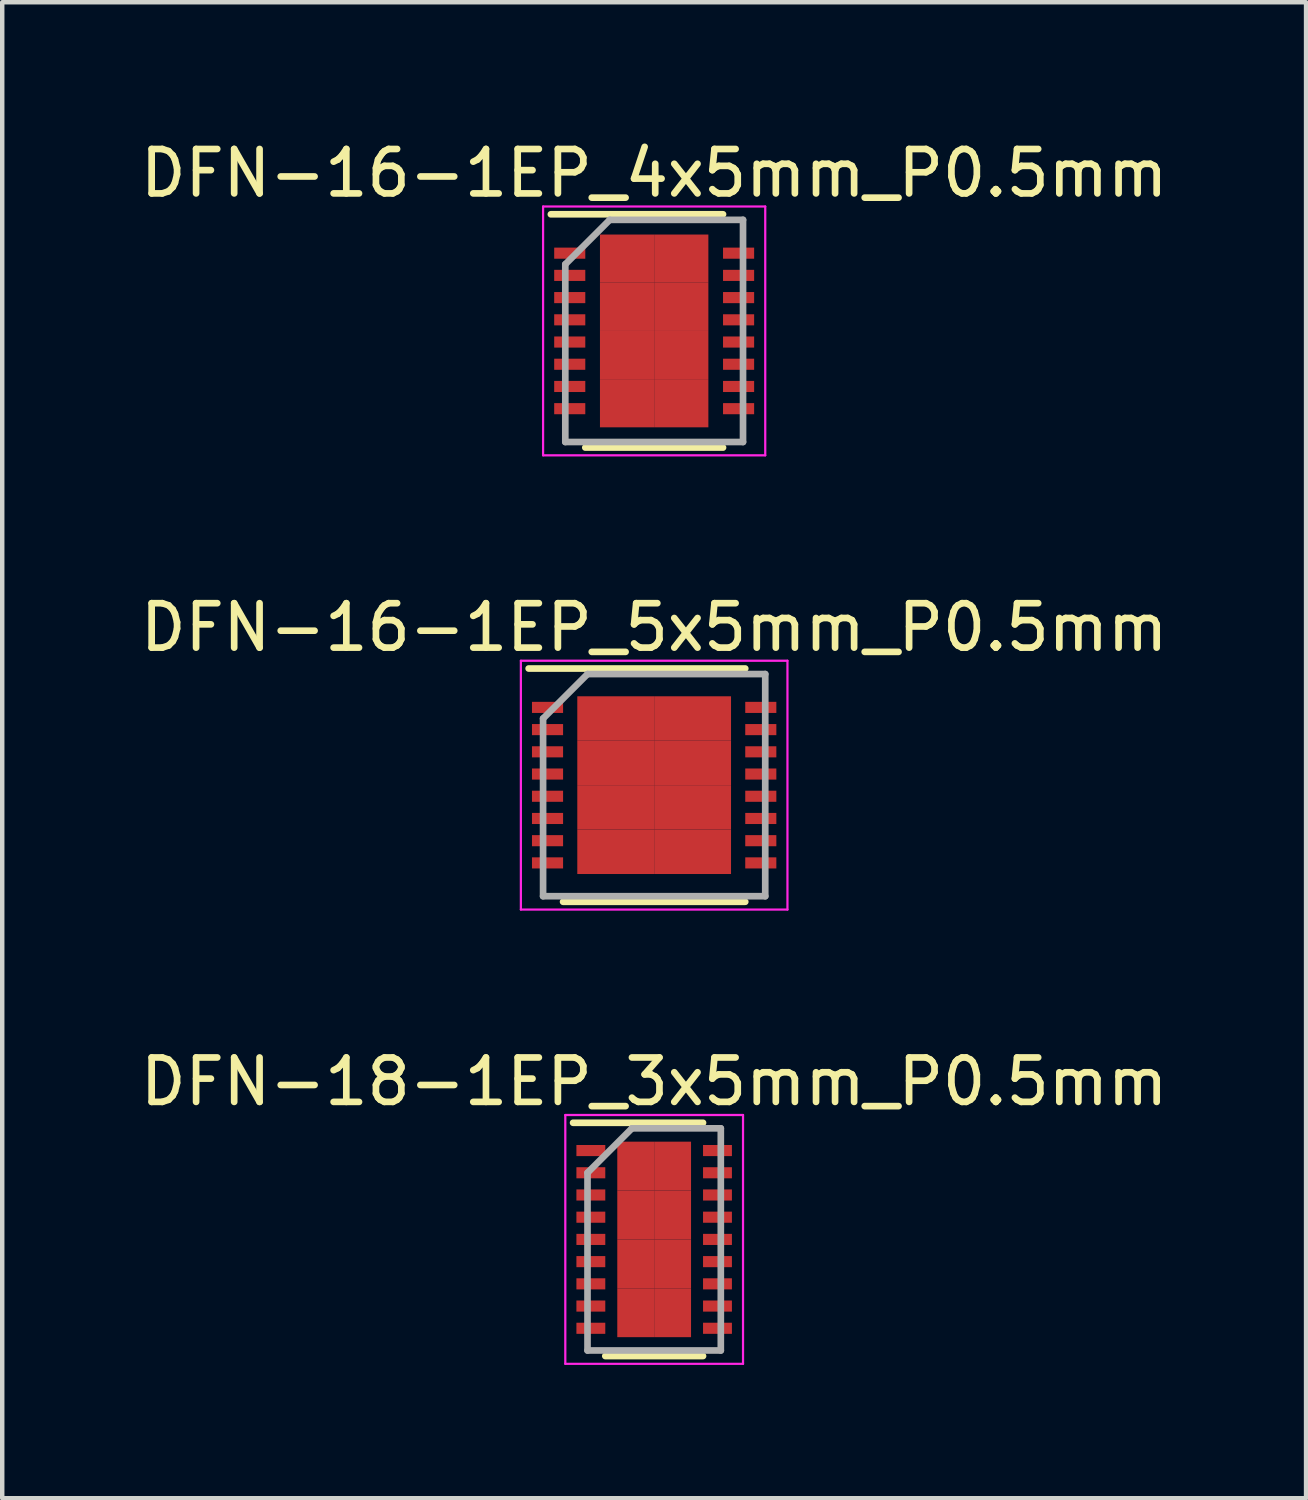
<source format=kicad_pcb>
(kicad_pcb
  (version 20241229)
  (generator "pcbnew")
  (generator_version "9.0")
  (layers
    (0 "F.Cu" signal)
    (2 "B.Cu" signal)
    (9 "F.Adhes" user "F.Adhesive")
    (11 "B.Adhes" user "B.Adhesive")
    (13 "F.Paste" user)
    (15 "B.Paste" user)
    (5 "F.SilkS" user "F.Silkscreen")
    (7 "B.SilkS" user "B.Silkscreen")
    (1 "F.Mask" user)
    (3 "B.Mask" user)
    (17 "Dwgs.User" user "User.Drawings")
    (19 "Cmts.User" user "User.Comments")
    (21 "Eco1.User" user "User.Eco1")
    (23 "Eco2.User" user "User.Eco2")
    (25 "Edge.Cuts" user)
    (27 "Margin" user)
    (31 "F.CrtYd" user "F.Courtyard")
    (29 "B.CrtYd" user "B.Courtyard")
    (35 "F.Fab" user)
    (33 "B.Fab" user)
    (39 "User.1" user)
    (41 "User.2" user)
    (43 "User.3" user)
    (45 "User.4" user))
  (footprint "DFN-16-1EP_4x5mm_P0.5mm"
    (layer "F.Cu")
    (at 11.673 4.398)
    (property "Reference" "DFN-16-1EP_4x5mm_P0.5mm" (at 0 -3.55 0) (layer "F.SilkS") (effects (font (size 1 1) (thickness 0.15))))
    (attr smd)
    (fp_line (start -2.325 -2.625) (end 1.55 -2.625) (stroke (width 0.15) (type solid)) (layer "F.SilkS"))
    (fp_line (start -1.55 2.625) (end 1.55 2.625) (stroke (width 0.15) (type solid)) (layer "F.SilkS"))
    (fp_line (start -2.5 -2.8) (end -2.5 2.8) (stroke (width 0.05) (type solid)) (layer "F.CrtYd"))
    (fp_line (start -2.5 -2.8) (end 2.5 -2.8) (stroke (width 0.05) (type solid)) (layer "F.CrtYd"))
    (fp_line (start -2.5 2.8) (end 2.5 2.8) (stroke (width 0.05) (type solid)) (layer "F.CrtYd"))
    (fp_line (start 2.5 -2.8) (end 2.5 2.8) (stroke (width 0.05) (type solid)) (layer "F.CrtYd"))
    (fp_line (start -2 -1.5) (end -1 -2.5) (stroke (width 0.15) (type solid)) (layer "F.Fab"))
    (fp_line (start -2 2.5) (end -2 -1.5) (stroke (width 0.15) (type solid)) (layer "F.Fab"))
    (fp_line (start -1 -2.5) (end 2 -2.5) (stroke (width 0.15) (type solid)) (layer "F.Fab"))
    (fp_line (start 2 -2.5) (end 2 2.5) (stroke (width 0.15) (type solid)) (layer "F.Fab"))
    (fp_line (start 2 2.5) (end -2 2.5) (stroke (width 0.15) (type solid)) (layer "F.Fab"))
    (pad "1" smd rect (at -1.9 -1.75) (size 0.7 0.25) (layers "F.Cu" "F.Mask" "F.Paste"))
    (pad "2" smd rect (at -1.9 -1.25) (size 0.7 0.25) (layers "F.Cu" "F.Mask" "F.Paste"))
    (pad "3" smd rect (at -1.9 -0.75) (size 0.7 0.25) (layers "F.Cu" "F.Mask" "F.Paste"))
    (pad "4" smd rect (at -1.9 -0.25) (size 0.7 0.25) (layers "F.Cu" "F.Mask" "F.Paste"))
    (pad "5" smd rect (at -1.9 0.25) (size 0.7 0.25) (layers "F.Cu" "F.Mask" "F.Paste"))
    (pad "6" smd rect (at -1.9 0.75) (size 0.7 0.25) (layers "F.Cu" "F.Mask" "F.Paste"))
    (pad "7" smd rect (at -1.9 1.25) (size 0.7 0.25) (layers "F.Cu" "F.Mask" "F.Paste"))
    (pad "8" smd rect (at -1.9 1.75) (size 0.7 0.25) (layers "F.Cu" "F.Mask" "F.Paste"))
    (pad "9" smd rect (at 1.9 1.75) (size 0.7 0.25) (layers "F.Cu" "F.Mask" "F.Paste"))
    (pad "10" smd rect (at 1.9 1.25) (size 0.7 0.25) (layers "F.Cu" "F.Mask" "F.Paste"))
    (pad "11" smd rect (at 1.9 0.75) (size 0.7 0.25) (layers "F.Cu" "F.Mask" "F.Paste"))
    (pad "12" smd rect (at 1.9 0.25) (size 0.7 0.25) (layers "F.Cu" "F.Mask" "F.Paste"))
    (pad "13" smd rect (at 1.9 -0.25) (size 0.7 0.25) (layers "F.Cu" "F.Mask" "F.Paste"))
    (pad "14" smd rect (at 1.9 -0.75) (size 0.7 0.25) (layers "F.Cu" "F.Mask" "F.Paste"))
    (pad "15" smd rect (at 1.9 -1.25) (size 0.7 0.25) (layers "F.Cu" "F.Mask" "F.Paste"))
    (pad "16" smd rect (at 1.9 -1.75) (size 0.7 0.25) (layers "F.Cu" "F.Mask" "F.Paste"))
    (pad "17" smd rect (at -0.61 -1.627) (size 1.22 1.085) (layers "F.Cu" "F.Mask" "F.Paste"))
    (pad "17" smd rect (at -0.61 -0.542) (size 1.22 1.085) (layers "F.Cu" "F.Mask" "F.Paste"))
    (pad "17" smd rect (at -0.61 0.542) (size 1.22 1.085) (layers "F.Cu" "F.Mask" "F.Paste"))
    (pad "17" smd rect (at -0.61 1.627) (size 1.22 1.085) (layers "F.Cu" "F.Mask" "F.Paste"))
    (pad "17" smd rect (at 0.61 -1.627) (size 1.22 1.085) (layers "F.Cu" "F.Mask" "F.Paste"))
    (pad "17" smd rect (at 0.61 -0.542) (size 1.22 1.085) (layers "F.Cu" "F.Mask" "F.Paste"))
    (pad "17" smd rect (at 0.61 0.542) (size 1.22 1.085) (layers "F.Cu" "F.Mask" "F.Paste"))
    (pad "17" smd rect (at 0.61 1.627) (size 1.22 1.085) (layers "F.Cu" "F.Mask" "F.Paste")))
  (footprint "DFN-16-1EP_5x5mm_P0.5mm"
    (layer "F.Cu")
    (at 11.673 14.621)
    (property "Reference" "DFN-16-1EP_5x5mm_P0.5mm" (at 0 -3.55 0) (layer "F.SilkS") (effects (font (size 1 1) (thickness 0.15))))
    (attr smd)
    (fp_line (start -2.825 -2.625) (end 2.05 -2.625) (stroke (width 0.15) (type solid)) (layer "F.SilkS"))
    (fp_line (start -2.05 2.625) (end 2.05 2.625) (stroke (width 0.15) (type solid)) (layer "F.SilkS"))
    (fp_line (start -3 -2.8) (end -3 2.8) (stroke (width 0.05) (type solid)) (layer "F.CrtYd"))
    (fp_line (start -3 -2.8) (end 3 -2.8) (stroke (width 0.05) (type solid)) (layer "F.CrtYd"))
    (fp_line (start -3 2.8) (end 3 2.8) (stroke (width 0.05) (type solid)) (layer "F.CrtYd"))
    (fp_line (start 3 -2.8) (end 3 2.8) (stroke (width 0.05) (type solid)) (layer "F.CrtYd"))
    (fp_line (start -2.5 -1.5) (end -1.5 -2.5) (stroke (width 0.15) (type solid)) (layer "F.Fab"))
    (fp_line (start -2.5 2.5) (end -2.5 -1.5) (stroke (width 0.15) (type solid)) (layer "F.Fab"))
    (fp_line (start -1.5 -2.5) (end 2.5 -2.5) (stroke (width 0.15) (type solid)) (layer "F.Fab"))
    (fp_line (start 2.5 -2.5) (end 2.5 2.5) (stroke (width 0.15) (type solid)) (layer "F.Fab"))
    (fp_line (start 2.5 2.5) (end -2.5 2.5) (stroke (width 0.15) (type solid)) (layer "F.Fab"))
    (pad "1" smd rect (at -2.4 -1.75) (size 0.7 0.25) (layers "F.Cu" "F.Mask" "F.Paste"))
    (pad "2" smd rect (at -2.4 -1.25) (size 0.7 0.25) (layers "F.Cu" "F.Mask" "F.Paste"))
    (pad "3" smd rect (at -2.4 -0.75) (size 0.7 0.25) (layers "F.Cu" "F.Mask" "F.Paste"))
    (pad "4" smd rect (at -2.4 -0.25) (size 0.7 0.25) (layers "F.Cu" "F.Mask" "F.Paste"))
    (pad "5" smd rect (at -2.4 0.25) (size 0.7 0.25) (layers "F.Cu" "F.Mask" "F.Paste"))
    (pad "6" smd rect (at -2.4 0.75) (size 0.7 0.25) (layers "F.Cu" "F.Mask" "F.Paste"))
    (pad "7" smd rect (at -2.4 1.25) (size 0.7 0.25) (layers "F.Cu" "F.Mask" "F.Paste"))
    (pad "8" smd rect (at -2.4 1.75) (size 0.7 0.25) (layers "F.Cu" "F.Mask" "F.Paste"))
    (pad "9" smd rect (at 2.4 1.75) (size 0.7 0.25) (layers "F.Cu" "F.Mask" "F.Paste"))
    (pad "10" smd rect (at 2.4 1.25) (size 0.7 0.25) (layers "F.Cu" "F.Mask" "F.Paste"))
    (pad "11" smd rect (at 2.4 0.75) (size 0.7 0.25) (layers "F.Cu" "F.Mask" "F.Paste"))
    (pad "12" smd rect (at 2.4 0.25) (size 0.7 0.25) (layers "F.Cu" "F.Mask" "F.Paste"))
    (pad "13" smd rect (at 2.4 -0.25) (size 0.7 0.25) (layers "F.Cu" "F.Mask" "F.Paste"))
    (pad "14" smd rect (at 2.4 -0.75) (size 0.7 0.25) (layers "F.Cu" "F.Mask" "F.Paste"))
    (pad "15" smd rect (at 2.4 -1.25) (size 0.7 0.25) (layers "F.Cu" "F.Mask" "F.Paste"))
    (pad "16" smd rect (at 2.4 -1.75) (size 0.7 0.25) (layers "F.Cu" "F.Mask" "F.Paste"))
    (pad "17" smd rect (at -0.865 -1.5) (size 1.73 1) (layers "F.Cu" "F.Mask" "F.Paste"))
    (pad "17" smd rect (at -0.865 -0.5) (size 1.73 1) (layers "F.Cu" "F.Mask" "F.Paste"))
    (pad "17" smd rect (at -0.865 0.5) (size 1.73 1) (layers "F.Cu" "F.Mask" "F.Paste"))
    (pad "17" smd rect (at -0.865 1.5) (size 1.73 1) (layers "F.Cu" "F.Mask" "F.Paste"))
    (pad "17" smd rect (at 0.865 -1.5) (size 1.73 1) (layers "F.Cu" "F.Mask" "F.Paste"))
    (pad "17" smd rect (at 0.865 -0.5) (size 1.73 1) (layers "F.Cu" "F.Mask" "F.Paste"))
    (pad "17" smd rect (at 0.865 0.5) (size 1.73 1) (layers "F.Cu" "F.Mask" "F.Paste"))
    (pad "17" smd rect (at 0.865 1.5) (size 1.73 1) (layers "F.Cu" "F.Mask" "F.Paste")))
  (footprint "DFN-18-1EP_3x5mm_P0.5mm"
    (layer "F.Cu")
    (at 11.673 24.845)
    (property "Reference" "DFN-18-1EP_3x5mm_P0.5mm" (at 0 -3.55 0) (layer "F.SilkS") (effects (font (size 1 1) (thickness 0.15))))
    (attr smd)
    (fp_line (start -1.825 -2.625) (end 1.1 -2.625) (stroke (width 0.15) (type solid)) (layer "F.SilkS"))
    (fp_line (start -1.1 2.625) (end 1.1 2.625) (stroke (width 0.15) (type solid)) (layer "F.SilkS"))
    (fp_line (start -2 -2.8) (end -2 2.8) (stroke (width 0.05) (type solid)) (layer "F.CrtYd"))
    (fp_line (start -2 -2.8) (end 2 -2.8) (stroke (width 0.05) (type solid)) (layer "F.CrtYd"))
    (fp_line (start -2 2.8) (end 2 2.8) (stroke (width 0.05) (type solid)) (layer "F.CrtYd"))
    (fp_line (start 2 -2.8) (end 2 2.8) (stroke (width 0.05) (type solid)) (layer "F.CrtYd"))
    (fp_line (start -1.5 -1.5) (end -0.5 -2.5) (stroke (width 0.15) (type solid)) (layer "F.Fab"))
    (fp_line (start -1.5 2.5) (end -1.5 -1.5) (stroke (width 0.15) (type solid)) (layer "F.Fab"))
    (fp_line (start -0.5 -2.5) (end 1.5 -2.5) (stroke (width 0.15) (type solid)) (layer "F.Fab"))
    (fp_line (start 1.5 -2.5) (end 1.5 2.5) (stroke (width 0.15) (type solid)) (layer "F.Fab"))
    (fp_line (start 1.5 2.5) (end -1.5 2.5) (stroke (width 0.15) (type solid)) (layer "F.Fab"))
    (pad "1" smd rect (at -1.425 -2) (size 0.65 0.25) (layers "F.Cu" "F.Mask" "F.Paste"))
    (pad "2" smd rect (at -1.425 -1.5) (size 0.65 0.25) (layers "F.Cu" "F.Mask" "F.Paste"))
    (pad "3" smd rect (at -1.425 -1) (size 0.65 0.25) (layers "F.Cu" "F.Mask" "F.Paste"))
    (pad "4" smd rect (at -1.425 -0.5) (size 0.65 0.25) (layers "F.Cu" "F.Mask" "F.Paste"))
    (pad "5" smd rect (at -1.425 0) (size 0.65 0.25) (layers "F.Cu" "F.Mask" "F.Paste"))
    (pad "6" smd rect (at -1.425 0.5) (size 0.65 0.25) (layers "F.Cu" "F.Mask" "F.Paste"))
    (pad "7" smd rect (at -1.425 1) (size 0.65 0.25) (layers "F.Cu" "F.Mask" "F.Paste"))
    (pad "8" smd rect (at -1.425 1.5) (size 0.65 0.25) (layers "F.Cu" "F.Mask" "F.Paste"))
    (pad "9" smd rect (at -1.425 2) (size 0.65 0.25) (layers "F.Cu" "F.Mask" "F.Paste"))
    (pad "10" smd rect (at 1.425 2) (size 0.65 0.25) (layers "F.Cu" "F.Mask" "F.Paste"))
    (pad "11" smd rect (at 1.425 1.5) (size 0.65 0.25) (layers "F.Cu" "F.Mask" "F.Paste"))
    (pad "12" smd rect (at 1.425 1) (size 0.65 0.25) (layers "F.Cu" "F.Mask" "F.Paste"))
    (pad "13" smd rect (at 1.425 0.5) (size 0.65 0.25) (layers "F.Cu" "F.Mask" "F.Paste"))
    (pad "14" smd rect (at 1.425 0) (size 0.65 0.25) (layers "F.Cu" "F.Mask" "F.Paste"))
    (pad "15" smd rect (at 1.425 -0.5) (size 0.65 0.25) (layers "F.Cu" "F.Mask" "F.Paste"))
    (pad "16" smd rect (at 1.425 -1) (size 0.65 0.25) (layers "F.Cu" "F.Mask" "F.Paste"))
    (pad "17" smd rect (at 1.425 -1.5) (size 0.65 0.25) (layers "F.Cu" "F.Mask" "F.Paste"))
    (pad "18" smd rect (at 1.425 -2) (size 0.65 0.25) (layers "F.Cu" "F.Mask" "F.Paste"))
    (pad "19" smd rect (at -0.415 -1.65) (size 0.83 1.1) (layers "F.Cu" "F.Mask" "F.Paste"))
    (pad "19" smd rect (at -0.415 -0.55) (size 0.83 1.1) (layers "F.Cu" "F.Mask" "F.Paste"))
    (pad "19" smd rect (at -0.415 0.55) (size 0.83 1.1) (layers "F.Cu" "F.Mask" "F.Paste"))
    (pad "19" smd rect (at -0.415 1.65) (size 0.83 1.1) (layers "F.Cu" "F.Mask" "F.Paste"))
    (pad "19" smd rect (at 0.415 -1.65) (size 0.83 1.1) (layers "F.Cu" "F.Mask" "F.Paste"))
    (pad "19" smd rect (at 0.415 -0.55) (size 0.83 1.1) (layers "F.Cu" "F.Mask" "F.Paste"))
    (pad "19" smd rect (at 0.415 0.55) (size 0.83 1.1) (layers "F.Cu" "F.Mask" "F.Paste"))
    (pad "19" smd rect (at 0.415 1.65) (size 0.83 1.1) (layers "F.Cu" "F.Mask" "F.Paste")))
  (gr_rect
    (start -3 -3)
    (end 26.345 30.67)
    (stroke (width 0.1) (type default))
    (fill no)
    (layer "Edge.Cuts")))
</source>
